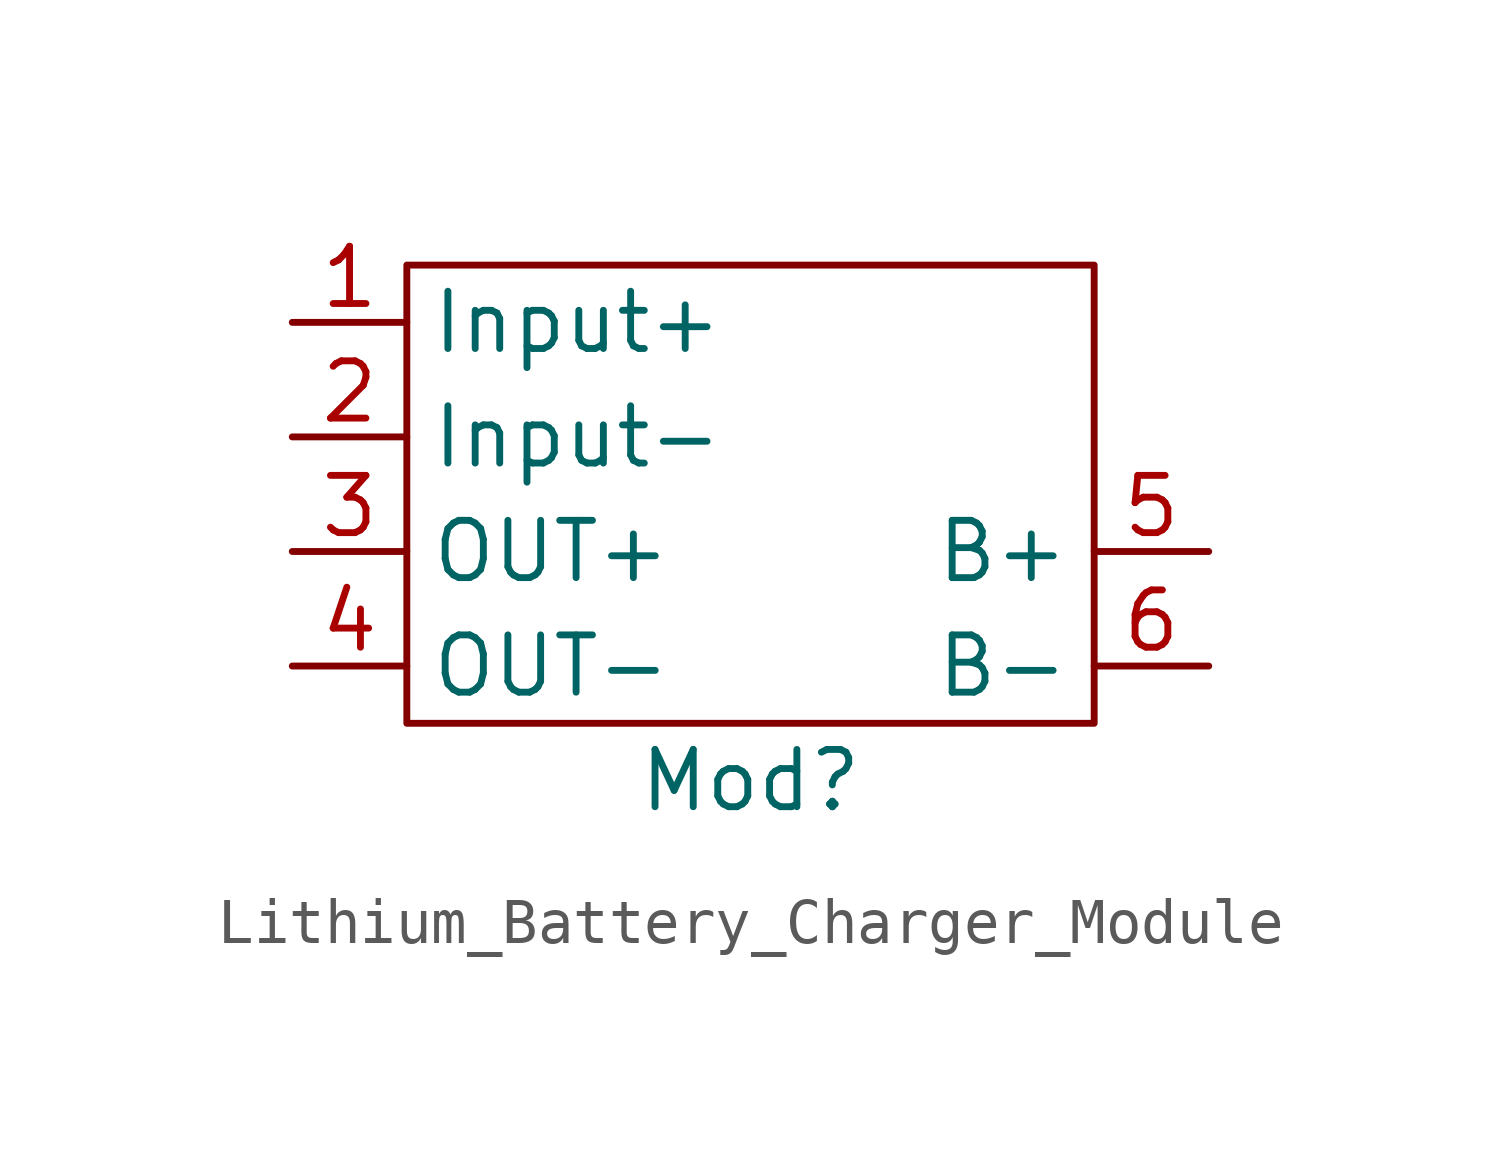
<source format=kicad_sym>
(kicad_symbol_lib
  (version 20220914)
  (generator kicad_symbol_editor)
  (symbol "Lithium_Battery_Charger_Module"
    (property "Reference" "Mod"
      (at 0 -5.08 0)
      (effects (font (size 1.27 1.27))))
    (property "Value" ""
      (at 0 0 0)
      (effects (font (size 1.27 1.27))))
    (symbol "Lithium_Battery_Charger_Module_0_1"
      (rectangle (start -7.62 6.35) (end 7.62 -3.81) (stroke (width 0) (type default)) (fill (type none))))
    (symbol "Lithium_Battery_Charger_Module_1_1"
      (pin power_in line (at -10.16 5.08 0) (length 2.54) (name "Input+" (effects (font (size 1.27 1.27)))) (number "1" (effects (font (size 1.27 1.27)))))
      (pin power_in line (at -10.16 2.54 0) (length 2.54) (name "Input-" (effects (font (size 1.27 1.27)))) (number "2" (effects (font (size 1.27 1.27)))))
      (pin power_out line (at -10.16 0 0) (length 2.54) (name "OUT+" (effects (font (size 1.27 1.27)))) (number "3" (effects (font (size 1.27 1.27)))))
      (pin power_out line (at -10.16 -2.54 0) (length 2.54) (name "OUT-" (effects (font (size 1.27 1.27)))) (number "4" (effects (font (size 1.27 1.27)))))
      (pin power_in line (at 10.16 0 180) (length 2.54) (name "B+" (effects (font (size 1.27 1.27)))) (number "5" (effects (font (size 1.27 1.27)))))
      (pin power_in line (at 10.16 -2.54 180) (length 2.54) (name "B-" (effects (font (size 1.27 1.27)))) (number "6" (effects (font (size 1.27 1.27))))))))
</source>
